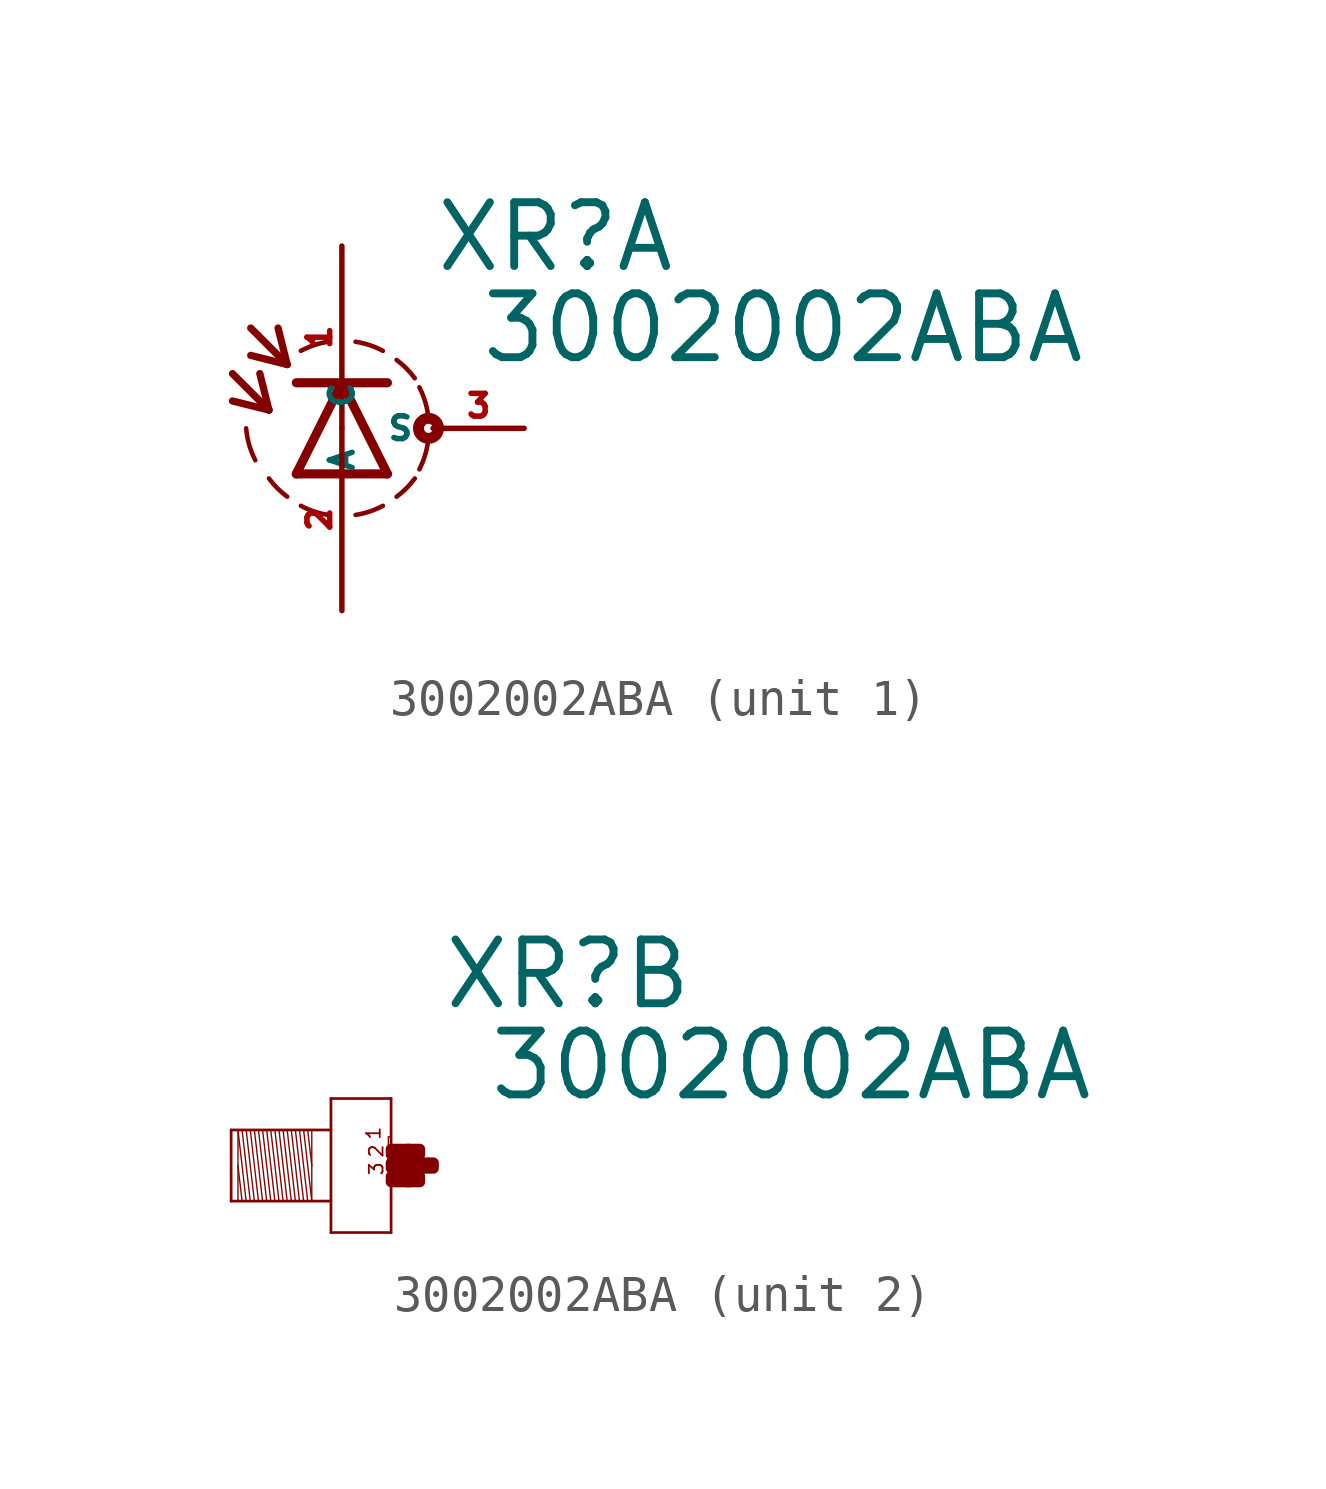
<source format=kicad_sym>
(kicad_symbol_lib
  (version 20220914)
  (generator Eagle2Kicad)
  (symbol "3002002ABA"
    (property "Reference" "XR"
      (at 2.54 4.293 0)
      (effects (font (size 1.778 1.778) (thickness 0.22)) (justify left bottom)))
    (property "Value" "3002002ABA"
      (at 3.81 1.753 0)
      (effects (font (size 1.778 1.778) (thickness 0.22)) (justify left bottom)))
    (symbol "3002002ABA_1_0"
      (arc (start 0.381 -2.413) (mid 0.773 -2.318) (end 1.143 -2.159) (stroke (width 0.127) (type default)) (fill (type none)))
      (arc (start 2.159 -1.143) (mid 2.329 -0.711) (end 2.413 -0.254) (stroke (width 0.127) (type default)) (fill (type none)))
      (arc (start 2.413 0.254) (mid 2.329 0.711) (end 2.159 1.143) (stroke (width 0.127) (type default)) (fill (type none)))
      (arc (start 2.032 1.397) (mid 1.797 1.670) (end 1.524 1.905) (stroke (width 0.127) (type default)) (fill (type none)))
      (arc (start 1.143 2.159) (mid 0.773 2.318) (end 0.381 2.413) (stroke (width 0.127) (type default)) (fill (type none)))
      (arc (start 1.524 -1.905) (mid 1.797 -1.670) (end 2.032 -1.397) (stroke (width 0.127) (type default)) (fill (type none)))
      (arc (start -0.381 2.413) (mid -0.773 2.318) (end -1.143 2.159) (stroke (width 0.127) (type default)) (fill (type none)))
      (polyline (pts (xy 1.27 -1.27) (xy 0 1.27)) (stroke (width 0.254) (type default)) (fill (type none)))
      (polyline (pts (xy 0 1.27) (xy -1.27 -1.27)) (stroke (width 0.254) (type default)) (fill (type none)))
      (polyline (pts (xy -1.27 1.27) (xy 0 1.27)) (stroke (width 0.254) (type default)) (fill (type none)))
      (polyline (pts (xy -1.27 -1.27) (xy 1.27 -1.27)) (stroke (width 0.254) (type default)) (fill (type none)))
      (polyline (pts (xy 0 1.27) (xy 1.27 1.27)) (stroke (width 0.254) (type default)) (fill (type none)))
      (polyline (pts (xy -3.048 1.524) (xy -2.032 0.508)) (stroke (width 0.203) (type default)) (fill (type none)))
      (polyline (pts (xy -2.032 0.508) (xy -2.286 1.524)) (stroke (width 0.203) (type default)) (fill (type none)))
      (polyline (pts (xy -2.032 0.508) (xy -3.048 0.762)) (stroke (width 0.203) (type default)) (fill (type none)))
      (polyline (pts (xy -2.54 2.794) (xy -1.524 1.778)) (stroke (width 0.203) (type default)) (fill (type none)))
      (polyline (pts (xy -1.524 1.778) (xy -1.778 2.794)) (stroke (width 0.203) (type default)) (fill (type none)))
      (polyline (pts (xy -1.524 1.778) (xy -2.54 2.032)) (stroke (width 0.203) (type default)) (fill (type none)))
      (arc (start -2.667 0) (mid -2.583 -0.457) (end -2.413 -0.889) (stroke (width 0.127) (type default)) (fill (type none)))
      (arc (start -2.032 -1.397) (mid -1.797 -1.670) (end -1.524 -1.905) (stroke (width 0.127) (type default)) (fill (type none)))
      (arc (start -1.143 -2.159) (mid -0.773 -2.318) (end -0.381 -2.413) (stroke (width 0.127) (type default)) (fill (type none)))
      (circle (center 2.413 0) (radius 0.127) (stroke (width 0.305) (type default)) (fill (type none)))
      (pin passive line (at 0 5.08 270) (length 5.08) (name "A" (effects (font (size 0.635 0.635) (thickness 0.08)) (justify left bottom))) (number "1" (effects (font (size 0.635 0.635) (thickness 0.08)) (justify left bottom))))
      (pin passive line (at 0 -5.08 90) (length 5.08) (name "C" (effects (font (size 0.635 0.635) (thickness 0.08)) (justify left bottom))) (number "2" (effects (font (size 0.635 0.635) (thickness 0.08)) (justify left bottom))))
      (pin passive line (at 5.08 0 180) (length 2.54) (name "S" (effects (font (size 0.635 0.635) (thickness 0.08)) (justify left bottom))) (number "3" (effects (font (size 0.635 0.635) (thickness 0.08)) (justify left bottom)))))
    (symbol "3002002ABA_2_0"
      (polyline (pts (xy -1.067 0.953) (xy -1.067 0)) (stroke (width 0.038) (type default)) (fill (type none)))
      (polyline (pts (xy -1.067 0) (xy -1.067 -0.991)) (stroke (width 0.038) (type default)) (fill (type none)))
      (polyline (pts (xy -1.067 -0.991) (xy -1.295 0.991)) (stroke (width 0.038) (type default)) (fill (type none)))
      (polyline (pts (xy -1.181 0.991) (xy -1.067 0)) (stroke (width 0.038) (type default)) (fill (type none)))
      (polyline (pts (xy -1.181 -0.991) (xy -1.41 0.991)) (stroke (width 0.038) (type default)) (fill (type none)))
      (polyline (pts (xy -1.295 -0.991) (xy -1.524 0.991)) (stroke (width 0.038) (type default)) (fill (type none)))
      (polyline (pts (xy -1.41 -0.991) (xy -1.638 0.991)) (stroke (width 0.038) (type default)) (fill (type none)))
      (polyline (pts (xy -1.524 -0.991) (xy -1.753 0.991)) (stroke (width 0.038) (type default)) (fill (type none)))
      (polyline (pts (xy -1.638 -0.991) (xy -1.867 0.991)) (stroke (width 0.038) (type default)) (fill (type none)))
      (polyline (pts (xy -1.753 -0.991) (xy -1.981 0.991)) (stroke (width 0.038) (type default)) (fill (type none)))
      (polyline (pts (xy -1.867 -0.991) (xy -2.095 0.991)) (stroke (width 0.038) (type default)) (fill (type none)))
      (polyline (pts (xy -1.981 -0.991) (xy -2.21 0.991)) (stroke (width 0.038) (type default)) (fill (type none)))
      (polyline (pts (xy -2.095 -0.991) (xy -2.324 0.991)) (stroke (width 0.038) (type default)) (fill (type none)))
      (polyline (pts (xy -2.21 -0.991) (xy -2.438 0.991)) (stroke (width 0.038) (type default)) (fill (type none)))
      (polyline (pts (xy -2.324 -0.991) (xy -2.553 0.991)) (stroke (width 0.038) (type default)) (fill (type none)))
      (polyline (pts (xy -2.438 -0.991) (xy -2.667 0.991)) (stroke (width 0.038) (type default)) (fill (type none)))
      (polyline (pts (xy -2.553 -0.991) (xy -2.781 0.991)) (stroke (width 0.038) (type default)) (fill (type none)))
      (polyline (pts (xy -2.667 -0.991) (xy -2.896 0.991)) (stroke (width 0.038) (type default)) (fill (type none)))
      (polyline (pts (xy -2.781 -0.991) (xy -3.01 0.991)) (stroke (width 0.038) (type default)) (fill (type none)))
      (polyline (pts (xy -2.896 -0.991) (xy -3.124 0.991)) (stroke (width 0.038) (type default)) (fill (type none)))
      (polyline (pts (xy -3.124 0) (xy -3.01 -0.991)) (stroke (width 0.038) (type default)) (fill (type none)))
      (polyline (pts (xy -3.124 0.953) (xy -3.124 -0.953)) (stroke (width 0.038) (type default)) (fill (type none)))
      (polyline (pts (xy -3.315 -0.991) (xy -3.315 0.991)) (stroke (width 0.076) (type default)) (fill (type none)))
      (polyline (pts (xy -3.315 0.991) (xy -0.533 0.991)) (stroke (width 0.076) (type default)) (fill (type none)))
      (polyline (pts (xy -0.533 -0.991) (xy -3.315 -0.991)) (stroke (width 0.076) (type default)) (fill (type none)))
      (polyline (pts (xy -0.533 1.867) (xy -0.533 -1.867)) (stroke (width 0.076) (type default)) (fill (type none)))
      (polyline (pts (xy -0.533 -1.867) (xy 1.143 -1.867)) (stroke (width 0.076) (type default)) (fill (type none)))
      (polyline (pts (xy 1.143 -1.867) (xy 1.143 1.867)) (stroke (width 0.076) (type default)) (fill (type none)))
      (polyline (pts (xy 1.143 1.867) (xy -0.533 1.867)) (stroke (width 0.076) (type default)) (fill (type none)))
      (polyline (pts (xy 1.067 0.8) (xy 1.105 0.8)) (stroke (width 0.038) (type default)) (fill (type none)))
      (polyline (pts (xy 1.105 0.495) (xy 1.067 0.495)) (stroke (width 0.038) (type default)) (fill (type none)))
      (polyline (pts (xy 1.067 0.495) (xy 1.067 0.8)) (stroke (width 0.038) (type default)) (fill (type none)))
      (text "1" (at 0.876 0.686 1800) (effects (font (size 0.381 0.381) (thickness 0.05)) (justify left bottom)))
      (text "2" (at 0.953 0.191 1800) (effects (font (size 0.381 0.381) (thickness 0.05)) (justify left bottom)))
      (text "3" (at 0.953 -0.305 1800) (effects (font (size 0.381 0.381) (thickness 0.05)) (justify left bottom)))
      (rectangle (start 1.143 -0.457) (end 1.638 -0.305) (stroke (width 0.3) (type default)) (fill (type outline)))
      (rectangle (start 1.143 -0.076) (end 2.019 0.076) (stroke (width 0.3) (type default)) (fill (type outline)))
      (rectangle (start 1.6 -0.457) (end 1.943 -0.305) (stroke (width 0.3) (type default)) (fill (type outline)))
      (rectangle (start 1.981 -0.076) (end 2.324 0.076) (stroke (width 0.3) (type default)) (fill (type outline)))
      (rectangle (start 1.6 0.305) (end 1.943 0.457) (stroke (width 0.3) (type default)) (fill (type outline)))
      (rectangle (start 1.143 0.305) (end 1.638 0.457) (stroke (width 0.3) (type default)) (fill (type outline))))))
</source>
